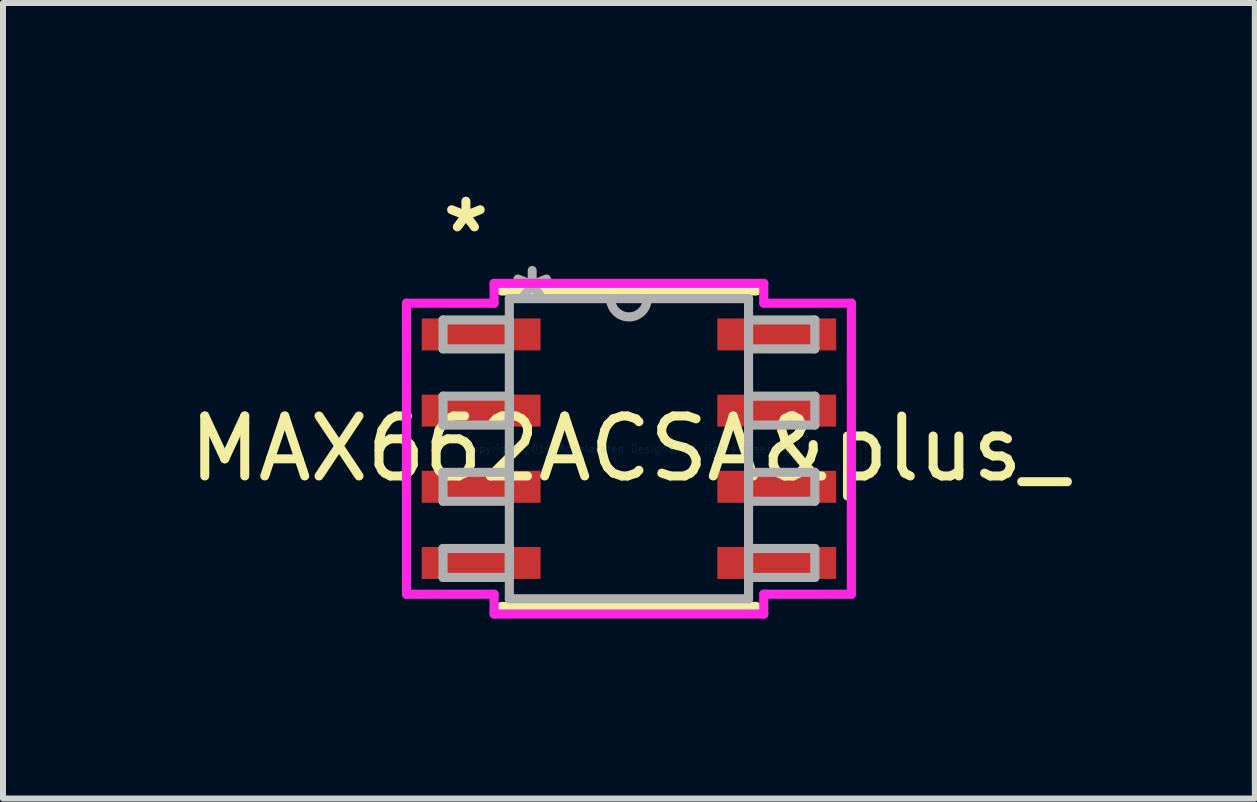
<source format=kicad_pcb>
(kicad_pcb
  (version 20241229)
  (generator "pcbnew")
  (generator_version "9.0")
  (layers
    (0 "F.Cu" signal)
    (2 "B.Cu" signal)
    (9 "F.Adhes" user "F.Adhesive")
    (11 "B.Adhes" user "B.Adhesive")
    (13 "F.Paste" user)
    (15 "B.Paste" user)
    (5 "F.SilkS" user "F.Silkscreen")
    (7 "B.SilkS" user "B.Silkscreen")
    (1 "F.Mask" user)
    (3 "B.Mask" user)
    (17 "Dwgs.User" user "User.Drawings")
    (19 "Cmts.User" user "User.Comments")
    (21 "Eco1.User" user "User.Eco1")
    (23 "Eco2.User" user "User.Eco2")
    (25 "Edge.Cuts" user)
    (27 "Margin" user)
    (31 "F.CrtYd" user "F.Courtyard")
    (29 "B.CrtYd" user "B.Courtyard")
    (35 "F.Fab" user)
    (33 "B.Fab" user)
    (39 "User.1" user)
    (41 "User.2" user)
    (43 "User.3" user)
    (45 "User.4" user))
  (footprint "MAX662ACSA&plus_"
    (layer "F.Cu")
    (at 7.435 4.43)
    (property "Reference" "MAX662ACSA&plus_" (at 0 0 0) (layer "F.SilkS") (effects (font (size 1 1) (thickness 0.15))))
    (attr through_hole)
    (fp_line (start -2.121 2.629) (end 2.121 2.629) (stroke (width 0.152) (type solid)) (layer "F.SilkS"))
    (fp_line (start 2.121 -2.629) (end -2.121 -2.629) (stroke (width 0.152) (type solid)) (layer "F.SilkS"))
    (fp_line (start -3.708 -2.426) (end -2.248 -2.426) (stroke (width 0.152) (type solid)) (layer "F.CrtYd"))
    (fp_line (start -3.708 2.426) (end -3.708 -2.426) (stroke (width 0.152) (type solid)) (layer "F.CrtYd"))
    (fp_line (start -2.248 -2.756) (end 2.248 -2.756) (stroke (width 0.152) (type solid)) (layer "F.CrtYd"))
    (fp_line (start -2.248 -2.426) (end -2.248 -2.756) (stroke (width 0.152) (type solid)) (layer "F.CrtYd"))
    (fp_line (start -2.248 2.426) (end -3.708 2.426) (stroke (width 0.152) (type solid)) (layer "F.CrtYd"))
    (fp_line (start -2.248 2.756) (end -2.248 2.426) (stroke (width 0.152) (type solid)) (layer "F.CrtYd"))
    (fp_line (start 2.248 -2.756) (end 2.248 -2.426) (stroke (width 0.152) (type solid)) (layer "F.CrtYd"))
    (fp_line (start 2.248 -2.426) (end 3.708 -2.426) (stroke (width 0.152) (type solid)) (layer "F.CrtYd"))
    (fp_line (start 2.248 2.426) (end 2.248 2.756) (stroke (width 0.152) (type solid)) (layer "F.CrtYd"))
    (fp_line (start 2.248 2.756) (end -2.248 2.756) (stroke (width 0.152) (type solid)) (layer "F.CrtYd"))
    (fp_line (start 3.708 -2.426) (end 3.708 2.426) (stroke (width 0.152) (type solid)) (layer "F.CrtYd"))
    (fp_line (start 3.708 2.426) (end 2.248 2.426) (stroke (width 0.152) (type solid)) (layer "F.CrtYd"))
    (fp_line (start -3.099 -2.146) (end -3.099 -1.664) (stroke (width 0.152) (type solid)) (layer "F.Fab"))
    (fp_line (start -3.099 -1.664) (end -1.994 -1.664) (stroke (width 0.152) (type solid)) (layer "F.Fab"))
    (fp_line (start -3.099 -0.876) (end -3.099 -0.394) (stroke (width 0.152) (type solid)) (layer "F.Fab"))
    (fp_line (start -3.099 -0.394) (end -1.994 -0.394) (stroke (width 0.152) (type solid)) (layer "F.Fab"))
    (fp_line (start -3.099 0.394) (end -3.099 0.876) (stroke (width 0.152) (type solid)) (layer "F.Fab"))
    (fp_line (start -3.099 0.876) (end -1.994 0.876) (stroke (width 0.152) (type solid)) (layer "F.Fab"))
    (fp_line (start -3.099 1.664) (end -3.099 2.146) (stroke (width 0.152) (type solid)) (layer "F.Fab"))
    (fp_line (start -3.099 2.146) (end -1.994 2.146) (stroke (width 0.152) (type solid)) (layer "F.Fab"))
    (fp_line (start -1.994 -2.502) (end -1.994 2.502) (stroke (width 0.152) (type solid)) (layer "F.Fab"))
    (fp_line (start -1.994 -2.146) (end -3.099 -2.146) (stroke (width 0.152) (type solid)) (layer "F.Fab"))
    (fp_line (start -1.994 -1.664) (end -1.994 -2.146) (stroke (width 0.152) (type solid)) (layer "F.Fab"))
    (fp_line (start -1.994 -0.876) (end -3.099 -0.876) (stroke (width 0.152) (type solid)) (layer "F.Fab"))
    (fp_line (start -1.994 -0.394) (end -1.994 -0.876) (stroke (width 0.152) (type solid)) (layer "F.Fab"))
    (fp_line (start -1.994 0.394) (end -3.099 0.394) (stroke (width 0.152) (type solid)) (layer "F.Fab"))
    (fp_line (start -1.994 0.876) (end -1.994 0.394) (stroke (width 0.152) (type solid)) (layer "F.Fab"))
    (fp_line (start -1.994 1.664) (end -3.099 1.664) (stroke (width 0.152) (type solid)) (layer "F.Fab"))
    (fp_line (start -1.994 2.146) (end -1.994 1.664) (stroke (width 0.152) (type solid)) (layer "F.Fab"))
    (fp_line (start -1.994 2.502) (end 1.994 2.502) (stroke (width 0.152) (type solid)) (layer "F.Fab"))
    (fp_line (start 1.994 -2.502) (end -1.994 -2.502) (stroke (width 0.152) (type solid)) (layer "F.Fab"))
    (fp_line (start 1.994 -2.146) (end 1.994 -1.664) (stroke (width 0.152) (type solid)) (layer "F.Fab"))
    (fp_line (start 1.994 -1.664) (end 3.099 -1.664) (stroke (width 0.152) (type solid)) (layer "F.Fab"))
    (fp_line (start 1.994 -0.876) (end 1.994 -0.394) (stroke (width 0.152) (type solid)) (layer "F.Fab"))
    (fp_line (start 1.994 -0.394) (end 3.099 -0.394) (stroke (width 0.152) (type solid)) (layer "F.Fab"))
    (fp_line (start 1.994 0.394) (end 1.994 0.876) (stroke (width 0.152) (type solid)) (layer "F.Fab"))
    (fp_line (start 1.994 0.876) (end 3.099 0.876) (stroke (width 0.152) (type solid)) (layer "F.Fab"))
    (fp_line (start 1.994 1.664) (end 1.994 2.146) (stroke (width 0.152) (type solid)) (layer "F.Fab"))
    (fp_line (start 1.994 2.146) (end 3.099 2.146) (stroke (width 0.152) (type solid)) (layer "F.Fab"))
    (fp_line (start 1.994 2.502) (end 1.994 -2.502) (stroke (width 0.152) (type solid)) (layer "F.Fab"))
    (fp_line (start 3.099 -2.146) (end 1.994 -2.146) (stroke (width 0.152) (type solid)) (layer "F.Fab"))
    (fp_line (start 3.099 -1.664) (end 3.099 -2.146) (stroke (width 0.152) (type solid)) (layer "F.Fab"))
    (fp_line (start 3.099 -0.876) (end 1.994 -0.876) (stroke (width 0.152) (type solid)) (layer "F.Fab"))
    (fp_line (start 3.099 -0.394) (end 3.099 -0.876) (stroke (width 0.152) (type solid)) (layer "F.Fab"))
    (fp_line (start 3.099 0.394) (end 1.994 0.394) (stroke (width 0.152) (type solid)) (layer "F.Fab"))
    (fp_line (start 3.099 0.876) (end 3.099 0.394) (stroke (width 0.152) (type solid)) (layer "F.Fab"))
    (fp_line (start 3.099 1.664) (end 1.994 1.664) (stroke (width 0.152) (type solid)) (layer "F.Fab"))
    (fp_line (start 3.099 2.146) (end 3.099 1.664) (stroke (width 0.152) (type solid)) (layer "F.Fab"))
    (fp_arc (start 0.3048 -2.5019) (mid 0 -2.1971) (end -0.3048 -2.5019) (stroke (width 0.1524) (type solid)) (layer "F.Fab"))
    (fp_text user "*" (at -2.718 -3.581 0) (layer "F.SilkS") (effects (font (size 1 1) (thickness 0.15))))
    (fp_text user "Copyright 2016 Accelerated Designs. All rights reserved." (at 0 0 0) (layer "Cmts.User") (effects (font (size 0.127 0.127) (thickness 0.002))))
    (fp_text user "*" (at -1.613 -2.426 0) (layer "F.Fab") (effects (font (size 1 1) (thickness 0.15))))
    (pad "1" smd rect (at -2.464 -1.905) (size 1.981 0.533) (layers "F.Cu" "F.Mask" "F.Paste"))
    (pad "2" smd rect (at -2.464 -0.635) (size 1.981 0.533) (layers "F.Cu" "F.Mask" "F.Paste"))
    (pad "3" smd rect (at -2.464 0.635) (size 1.981 0.533) (layers "F.Cu" "F.Mask" "F.Paste"))
    (pad "4" smd rect (at -2.464 1.905) (size 1.981 0.533) (layers "F.Cu" "F.Mask" "F.Paste"))
    (pad "5" smd rect (at 2.464 1.905) (size 1.981 0.533) (layers "F.Cu" "F.Mask" "F.Paste"))
    (pad "6" smd rect (at 2.464 0.635) (size 1.981 0.533) (layers "F.Cu" "F.Mask" "F.Paste"))
    (pad "7" smd rect (at 2.464 -0.635) (size 1.981 0.533) (layers "F.Cu" "F.Mask" "F.Paste"))
    (pad "8" smd rect (at 2.464 -1.905) (size 1.981 0.533) (layers "F.Cu" "F.Mask" "F.Paste")))
  (gr_rect
    (start -3 -3)
    (end 17.869 10.262)
    (stroke (width 0.1) (type default))
    (fill no)
    (layer "Edge.Cuts")))
</source>
